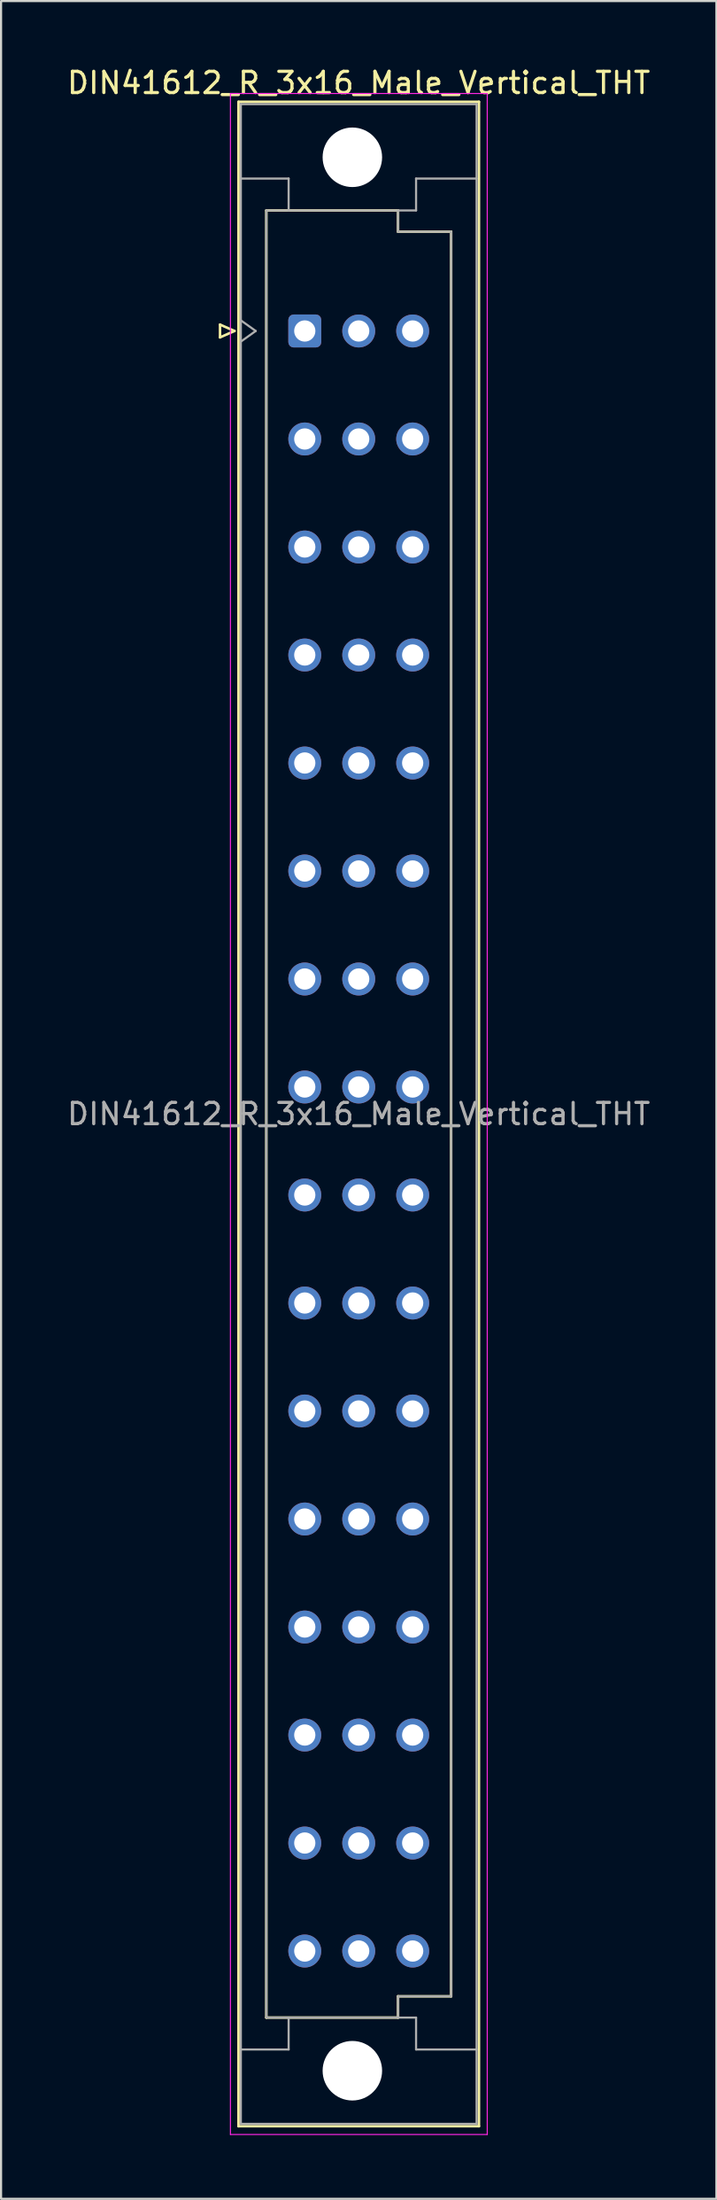
<source format=kicad_pcb>
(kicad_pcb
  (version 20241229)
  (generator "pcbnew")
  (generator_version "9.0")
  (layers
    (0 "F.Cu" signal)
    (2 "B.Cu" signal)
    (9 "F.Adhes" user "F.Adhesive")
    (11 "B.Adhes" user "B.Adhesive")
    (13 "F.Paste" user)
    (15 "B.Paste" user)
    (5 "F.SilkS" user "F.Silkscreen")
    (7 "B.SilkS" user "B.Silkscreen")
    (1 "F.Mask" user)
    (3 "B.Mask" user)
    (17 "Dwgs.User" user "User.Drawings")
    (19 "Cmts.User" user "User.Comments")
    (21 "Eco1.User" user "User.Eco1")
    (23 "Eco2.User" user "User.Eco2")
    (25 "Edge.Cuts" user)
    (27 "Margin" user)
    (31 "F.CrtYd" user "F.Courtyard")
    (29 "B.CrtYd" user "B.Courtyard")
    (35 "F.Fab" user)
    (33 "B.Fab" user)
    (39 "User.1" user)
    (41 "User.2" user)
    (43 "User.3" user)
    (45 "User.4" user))
  (footprint "DIN41612_R_3x16_Male_Vertical_THT"
    (layer "F.Cu")
    (at 11.299 9.978)
    (property "Reference" "DIN41612_R_3x16_Male_Vertical_THT" (at 2.54 -9.13 0) (layer "F.SilkS") (effects (font (size 1 1) (thickness 0.15))))
    (attr through_hole)
    (fp_line (start -3.99 2.24) (end -3.99 2.84) (stroke (width 0.12) (type solid)) (layer "F.SilkS"))
    (fp_line (start -3.99 2.84) (end -3.31 2.54) (stroke (width 0.12) (type solid)) (layer "F.SilkS"))
    (fp_line (start -3.31 2.54) (end -3.99 2.24) (stroke (width 0.12) (type solid)) (layer "F.SilkS"))
    (fp_line (start -3.12 -8.24) (end 8.2 -8.24) (stroke (width 0.12) (type solid)) (layer "F.SilkS"))
    (fp_line (start -3.12 86.98) (end -3.12 -8.24) (stroke (width 0.12) (type solid)) (layer "F.SilkS"))
    (fp_line (start -1.81 -3.131) (end 4.39 -3.131) (stroke (width 0.12) (type solid)) (layer "F.SilkS"))
    (fp_line (start -1.81 81.87) (end -1.81 -3.131) (stroke (width 0.12) (type solid)) (layer "F.SilkS"))
    (fp_line (start 4.39 -3.131) (end 4.39 -2.131) (stroke (width 0.12) (type solid)) (layer "F.SilkS"))
    (fp_line (start 4.39 -2.131) (end 6.89 -2.131) (stroke (width 0.12) (type solid)) (layer "F.SilkS"))
    (fp_line (start 4.39 80.87) (end 4.39 81.87) (stroke (width 0.12) (type solid)) (layer "F.SilkS"))
    (fp_line (start 4.39 81.87) (end -1.81 81.87) (stroke (width 0.12) (type solid)) (layer "F.SilkS"))
    (fp_line (start 6.89 -2.131) (end 6.89 80.87) (stroke (width 0.12) (type solid)) (layer "F.SilkS"))
    (fp_line (start 6.89 80.87) (end 4.39 80.87) (stroke (width 0.12) (type solid)) (layer "F.SilkS"))
    (fp_line (start 8.2 -8.24) (end 8.2 86.98) (stroke (width 0.12) (type solid)) (layer "F.SilkS"))
    (fp_line (start 8.2 86.98) (end -3.12 86.98) (stroke (width 0.12) (type solid)) (layer "F.SilkS"))
    (fp_line (start -3.5 -8.63) (end 8.59 -8.63) (stroke (width 0.05) (type solid)) (layer "F.CrtYd"))
    (fp_line (start -3.5 87.37) (end -3.5 -8.63) (stroke (width 0.05) (type solid)) (layer "F.CrtYd"))
    (fp_line (start 8.59 -8.63) (end 8.59 87.37) (stroke (width 0.05) (type solid)) (layer "F.CrtYd"))
    (fp_line (start 8.59 87.37) (end -3.5 87.37) (stroke (width 0.05) (type solid)) (layer "F.CrtYd"))
    (fp_line (start -3.01 -8.13) (end 8.09 -8.13) (stroke (width 0.1) (type solid)) (layer "F.Fab"))
    (fp_line (start -3.01 -4.63) (end -0.76 -4.63) (stroke (width 0.1) (type solid)) (layer "F.Fab"))
    (fp_line (start -3.01 2.04) (end -2.31 2.54) (stroke (width 0.1) (type solid)) (layer "F.Fab"))
    (fp_line (start -3.01 83.37) (end -0.76 83.37) (stroke (width 0.1) (type solid)) (layer "F.Fab"))
    (fp_line (start -3.01 86.87) (end -3.01 -8.13) (stroke (width 0.1) (type solid)) (layer "F.Fab"))
    (fp_line (start -2.31 2.54) (end -3.01 3.04) (stroke (width 0.1) (type solid)) (layer "F.Fab"))
    (fp_line (start -1.81 -3.13) (end 4.39 -3.13) (stroke (width 0.1) (type solid)) (layer "F.Fab"))
    (fp_line (start -1.81 81.87) (end -1.81 -3.13) (stroke (width 0.1) (type solid)) (layer "F.Fab"))
    (fp_line (start -0.76 -4.63) (end -0.76 -3.13) (stroke (width 0.1) (type solid)) (layer "F.Fab"))
    (fp_line (start -0.76 83.37) (end -0.76 81.87) (stroke (width 0.1) (type solid)) (layer "F.Fab"))
    (fp_line (start 4.39 -3.13) (end 4.39 -2.13) (stroke (width 0.1) (type solid)) (layer "F.Fab"))
    (fp_line (start 4.39 -3.13) (end 5.24 -3.13) (stroke (width 0.1) (type solid)) (layer "F.Fab"))
    (fp_line (start 4.39 -2.13) (end 6.89 -2.13) (stroke (width 0.1) (type solid)) (layer "F.Fab"))
    (fp_line (start 4.39 80.87) (end 4.39 81.87) (stroke (width 0.1) (type solid)) (layer "F.Fab"))
    (fp_line (start 4.39 81.87) (end -1.81 81.87) (stroke (width 0.1) (type solid)) (layer "F.Fab"))
    (fp_line (start 4.39 81.87) (end 5.24 81.87) (stroke (width 0.1) (type solid)) (layer "F.Fab"))
    (fp_line (start 5.24 -4.63) (end 8.09 -4.63) (stroke (width 0.1) (type solid)) (layer "F.Fab"))
    (fp_line (start 5.24 -3.13) (end 5.24 -4.63) (stroke (width 0.1) (type solid)) (layer "F.Fab"))
    (fp_line (start 5.24 81.87) (end 5.24 83.37) (stroke (width 0.1) (type solid)) (layer "F.Fab"))
    (fp_line (start 5.24 83.37) (end 8.09 83.37) (stroke (width 0.1) (type solid)) (layer "F.Fab"))
    (fp_line (start 6.89 -2.13) (end 6.89 80.87) (stroke (width 0.1) (type solid)) (layer "F.Fab"))
    (fp_line (start 6.89 80.87) (end 4.39 80.87) (stroke (width 0.1) (type solid)) (layer "F.Fab"))
    (fp_line (start 8.09 -8.13) (end 8.09 86.87) (stroke (width 0.1) (type solid)) (layer "F.Fab"))
    (fp_line (start 8.09 86.87) (end -3.01 86.87) (stroke (width 0.1) (type solid)) (layer "F.Fab"))
    (fp_text user "${REFERENCE}" (at 2.54 39.37 0) (layer "F.Fab") (effects (font (size 1 1) (thickness 0.15))))
    (pad "" np_thru_hole circle (at 2.24 -5.63) (size 2.8 2.8) (drill 2.8) (layers "*.Cu" "*.Mask"))
    (pad "" np_thru_hole circle (at 2.24 84.37) (size 2.8 2.8) (drill 2.8) (layers "*.Cu" "*.Mask"))
    (pad "a0" thru_hole roundrect (at 0 2.54) (size 1.55 1.55) (drill 1) (layers "*.Cu" "*.Mask") (roundrect_rratio 0.161))
    (pad "a1" thru_hole circle (at 0 7.62) (size 1.55 1.55) (drill 1) (layers "*.Cu" "*.Mask"))
    (pad "a2" thru_hole circle (at 0 12.7) (size 1.55 1.55) (drill 1) (layers "*.Cu" "*.Mask"))
    (pad "a3" thru_hole circle (at 0 17.78) (size 1.55 1.55) (drill 1) (layers "*.Cu" "*.Mask"))
    (pad "a4" thru_hole circle (at 0 22.86) (size 1.55 1.55) (drill 1) (layers "*.Cu" "*.Mask"))
    (pad "a5" thru_hole circle (at 0 27.94) (size 1.55 1.55) (drill 1) (layers "*.Cu" "*.Mask"))
    (pad "a6" thru_hole circle (at 0 33.02) (size 1.55 1.55) (drill 1) (layers "*.Cu" "*.Mask"))
    (pad "a7" thru_hole circle (at 0 38.1) (size 1.55 1.55) (drill 1) (layers "*.Cu" "*.Mask"))
    (pad "a8" thru_hole circle (at 0 43.18) (size 1.55 1.55) (drill 1) (layers "*.Cu" "*.Mask"))
    (pad "a9" thru_hole circle (at 0 48.26) (size 1.55 1.55) (drill 1) (layers "*.Cu" "*.Mask"))
    (pad "a10" thru_hole circle (at 0 53.34) (size 1.55 1.55) (drill 1) (layers "*.Cu" "*.Mask"))
    (pad "a11" thru_hole circle (at 0 58.42) (size 1.55 1.55) (drill 1) (layers "*.Cu" "*.Mask"))
    (pad "a12" thru_hole circle (at 0 63.5) (size 1.55 1.55) (drill 1) (layers "*.Cu" "*.Mask"))
    (pad "a13" thru_hole circle (at 0 68.58) (size 1.55 1.55) (drill 1) (layers "*.Cu" "*.Mask"))
    (pad "a14" thru_hole circle (at 0 73.66) (size 1.55 1.55) (drill 1) (layers "*.Cu" "*.Mask"))
    (pad "a15" thru_hole circle (at 0 78.74) (size 1.55 1.55) (drill 1) (layers "*.Cu" "*.Mask"))
    (pad "b0" thru_hole circle (at 2.54 2.54) (size 1.55 1.55) (drill 1) (layers "*.Cu" "*.Mask"))
    (pad "b1" thru_hole circle (at 2.54 7.62) (size 1.55 1.55) (drill 1) (layers "*.Cu" "*.Mask"))
    (pad "b2" thru_hole circle (at 2.54 12.7) (size 1.55 1.55) (drill 1) (layers "*.Cu" "*.Mask"))
    (pad "b3" thru_hole circle (at 2.54 17.78) (size 1.55 1.55) (drill 1) (layers "*.Cu" "*.Mask"))
    (pad "b4" thru_hole circle (at 2.54 22.86) (size 1.55 1.55) (drill 1) (layers "*.Cu" "*.Mask"))
    (pad "b5" thru_hole circle (at 2.54 27.94) (size 1.55 1.55) (drill 1) (layers "*.Cu" "*.Mask"))
    (pad "b6" thru_hole circle (at 2.54 33.02) (size 1.55 1.55) (drill 1) (layers "*.Cu" "*.Mask"))
    (pad "b7" thru_hole circle (at 2.54 38.1) (size 1.55 1.55) (drill 1) (layers "*.Cu" "*.Mask"))
    (pad "b8" thru_hole circle (at 2.54 43.18) (size 1.55 1.55) (drill 1) (layers "*.Cu" "*.Mask"))
    (pad "b9" thru_hole circle (at 2.54 48.26) (size 1.55 1.55) (drill 1) (layers "*.Cu" "*.Mask"))
    (pad "b10" thru_hole circle (at 2.54 53.34) (size 1.55 1.55) (drill 1) (layers "*.Cu" "*.Mask"))
    (pad "b11" thru_hole circle (at 2.54 58.42) (size 1.55 1.55) (drill 1) (layers "*.Cu" "*.Mask"))
    (pad "b12" thru_hole circle (at 2.54 63.5) (size 1.55 1.55) (drill 1) (layers "*.Cu" "*.Mask"))
    (pad "b13" thru_hole circle (at 2.54 68.58) (size 1.55 1.55) (drill 1) (layers "*.Cu" "*.Mask"))
    (pad "b14" thru_hole circle (at 2.54 73.66) (size 1.55 1.55) (drill 1) (layers "*.Cu" "*.Mask"))
    (pad "b15" thru_hole circle (at 2.54 78.74) (size 1.55 1.55) (drill 1) (layers "*.Cu" "*.Mask"))
    (pad "c0" thru_hole circle (at 5.08 2.54) (size 1.55 1.55) (drill 1) (layers "*.Cu" "*.Mask"))
    (pad "c1" thru_hole circle (at 5.08 7.62) (size 1.55 1.55) (drill 1) (layers "*.Cu" "*.Mask"))
    (pad "c2" thru_hole circle (at 5.08 12.7) (size 1.55 1.55) (drill 1) (layers "*.Cu" "*.Mask"))
    (pad "c3" thru_hole circle (at 5.08 17.78) (size 1.55 1.55) (drill 1) (layers "*.Cu" "*.Mask"))
    (pad "c4" thru_hole circle (at 5.08 22.86) (size 1.55 1.55) (drill 1) (layers "*.Cu" "*.Mask"))
    (pad "c5" thru_hole circle (at 5.08 27.94) (size 1.55 1.55) (drill 1) (layers "*.Cu" "*.Mask"))
    (pad "c6" thru_hole circle (at 5.08 33.02) (size 1.55 1.55) (drill 1) (layers "*.Cu" "*.Mask"))
    (pad "c7" thru_hole circle (at 5.08 38.1) (size 1.55 1.55) (drill 1) (layers "*.Cu" "*.Mask"))
    (pad "c8" thru_hole circle (at 5.08 43.18) (size 1.55 1.55) (drill 1) (layers "*.Cu" "*.Mask"))
    (pad "c9" thru_hole circle (at 5.08 48.26) (size 1.55 1.55) (drill 1) (layers "*.Cu" "*.Mask"))
    (pad "c10" thru_hole circle (at 5.08 53.34) (size 1.55 1.55) (drill 1) (layers "*.Cu" "*.Mask"))
    (pad "c11" thru_hole circle (at 5.08 58.42) (size 1.55 1.55) (drill 1) (layers "*.Cu" "*.Mask"))
    (pad "c12" thru_hole circle (at 5.08 63.5) (size 1.55 1.55) (drill 1) (layers "*.Cu" "*.Mask"))
    (pad "c13" thru_hole circle (at 5.08 68.58) (size 1.55 1.55) (drill 1) (layers "*.Cu" "*.Mask"))
    (pad "c14" thru_hole circle (at 5.08 73.66) (size 1.55 1.55) (drill 1) (layers "*.Cu" "*.Mask"))
    (pad "c15" thru_hole circle (at 5.08 78.74) (size 1.55 1.55) (drill 1) (layers "*.Cu" "*.Mask")))
  (gr_rect
    (start -3 -3)
    (end 30.679 100.373)
    (stroke (width 0.1) (type default))
    (fill no)
    (layer "Edge.Cuts")))
</source>
